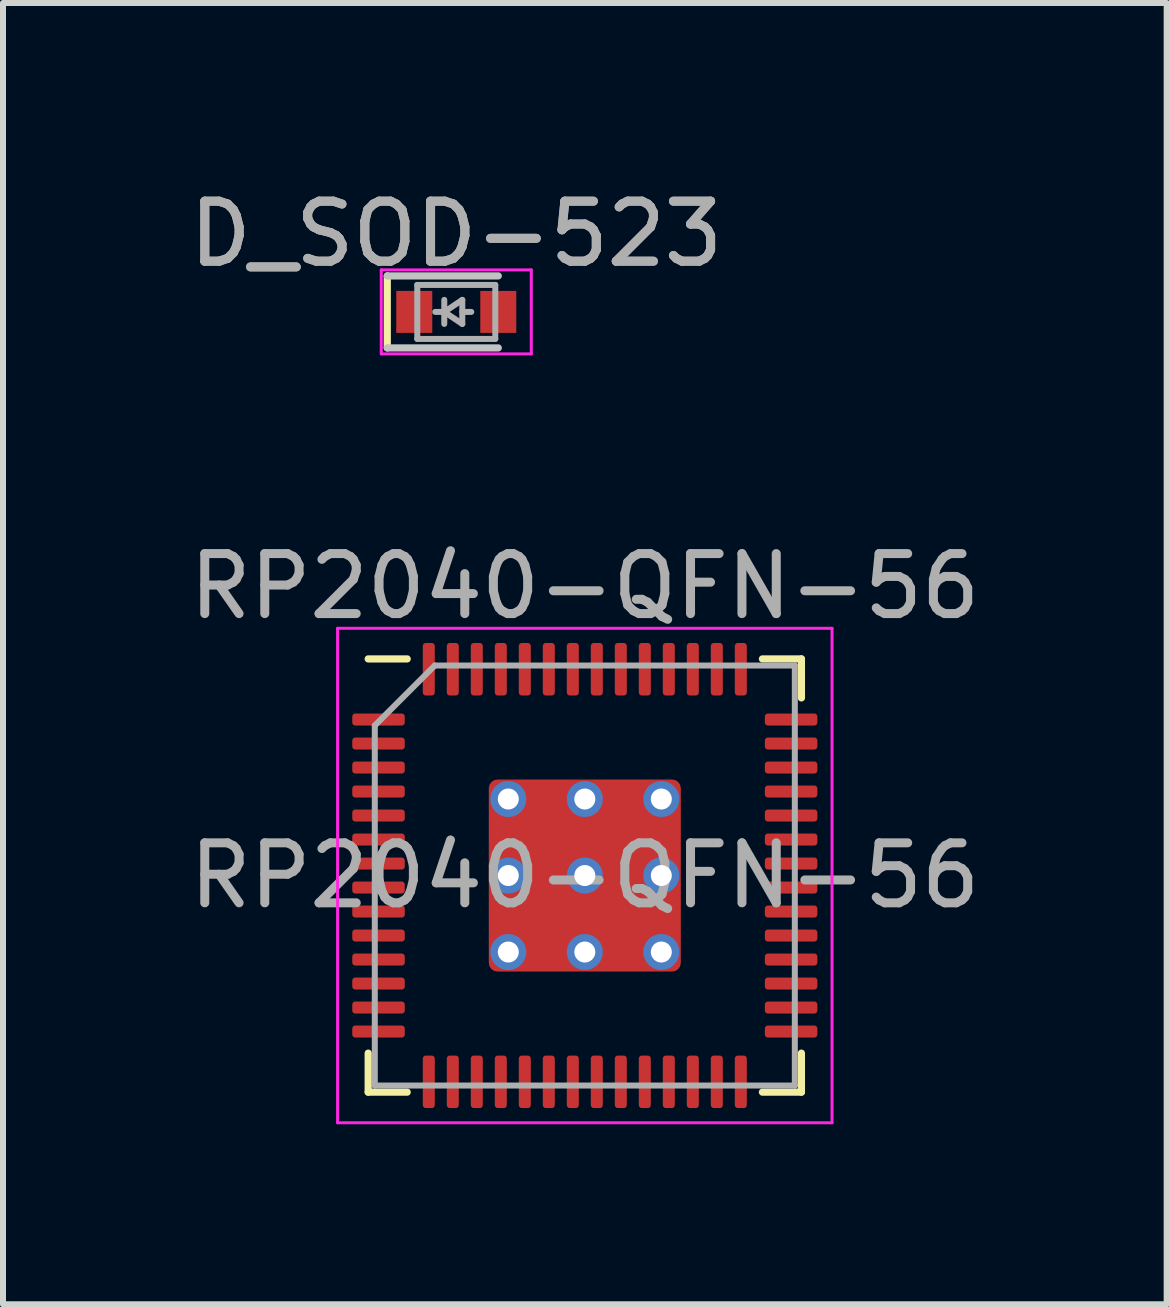
<source format=kicad_pcb>
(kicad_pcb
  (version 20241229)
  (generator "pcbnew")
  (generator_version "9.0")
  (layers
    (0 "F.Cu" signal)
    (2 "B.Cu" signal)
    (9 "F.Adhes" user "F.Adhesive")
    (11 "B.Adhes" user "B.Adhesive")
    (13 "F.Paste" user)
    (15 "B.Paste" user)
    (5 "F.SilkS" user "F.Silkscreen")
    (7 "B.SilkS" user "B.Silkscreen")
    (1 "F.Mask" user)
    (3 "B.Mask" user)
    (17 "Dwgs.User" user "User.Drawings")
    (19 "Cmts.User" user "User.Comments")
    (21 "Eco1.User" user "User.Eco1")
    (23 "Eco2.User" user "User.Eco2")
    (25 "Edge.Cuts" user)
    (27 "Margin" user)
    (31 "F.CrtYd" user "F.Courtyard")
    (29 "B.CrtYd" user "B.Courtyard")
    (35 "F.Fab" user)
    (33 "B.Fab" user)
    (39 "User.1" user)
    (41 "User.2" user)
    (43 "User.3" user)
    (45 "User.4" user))
  (footprint "D_SOD-523"
    (layer "F.Cu")
    (at 4.554 2.148)
    (property "Reference" "D_SOD-523" (at 0 -1.3 0) (layer "F.Fab") (effects (font (size 1 1) (thickness 0.15))))
    (attr smd)
    (fp_line (start -1.15 -0.6) (end -1.15 0.6) (stroke (width 0.12) (type solid)) (layer "F.SilkS"))
    (fp_line (start 0.7 -0.6) (end -1.15 -0.6) (stroke (width 0.12) (type solid)) (layer "Dwgs.User"))
    (fp_line (start 0.7 0.6) (end -1.15 0.6) (stroke (width 0.12) (type solid)) (layer "Dwgs.User"))
    (fp_line (start -1.25 -0.7) (end 1.25 -0.7) (stroke (width 0.05) (type solid)) (layer "F.CrtYd"))
    (fp_line (start -1.25 0.7) (end -1.25 -0.7) (stroke (width 0.05) (type solid)) (layer "F.CrtYd"))
    (fp_line (start 1.25 -0.7) (end 1.25 0.7) (stroke (width 0.05) (type solid)) (layer "F.CrtYd"))
    (fp_line (start 1.25 0.7) (end -1.25 0.7) (stroke (width 0.05) (type solid)) (layer "F.CrtYd"))
    (fp_line (start -0.65 -0.45) (end 0.65 -0.45) (stroke (width 0.1) (type solid)) (layer "F.Fab"))
    (fp_line (start -0.65 0.45) (end -0.65 -0.45) (stroke (width 0.1) (type solid)) (layer "F.Fab"))
    (fp_line (start -0.2 0) (end -0.35 0) (stroke (width 0.1) (type solid)) (layer "F.Fab"))
    (fp_line (start -0.2 0) (end 0.1 0.2) (stroke (width 0.1) (type solid)) (layer "F.Fab"))
    (fp_line (start -0.2 0.2) (end -0.2 -0.2) (stroke (width 0.1) (type solid)) (layer "F.Fab"))
    (fp_line (start 0.1 -0.2) (end -0.2 0) (stroke (width 0.1) (type solid)) (layer "F.Fab"))
    (fp_line (start 0.1 0) (end 0.25 0) (stroke (width 0.1) (type solid)) (layer "F.Fab"))
    (fp_line (start 0.1 0.2) (end 0.1 -0.2) (stroke (width 0.1) (type solid)) (layer "F.Fab"))
    (fp_line (start 0.65 -0.45) (end 0.65 0.45) (stroke (width 0.1) (type solid)) (layer "F.Fab"))
    (fp_line (start 0.65 0.45) (end -0.65 0.45) (stroke (width 0.1) (type solid)) (layer "F.Fab"))
    (fp_text user "${REFERENCE}" (at 0 -1.3 0) (layer "F.Fab") (effects (font (size 1 1) (thickness 0.15))))
    (pad "1" smd rect (at -0.7 0 180) (size 0.6 0.7) (layers "F.Cu" "F.Mask" "F.Paste"))
    (pad "2" smd rect (at 0.7 0 180) (size 0.6 0.7) (layers "F.Cu" "F.Mask" "F.Paste")))
  (footprint "RP2040-QFN-56"
    (layer "F.Cu")
    (at 6.696 11.541)
    (property "Reference" "RP2040-QFN-56" (at 0 -4.82 0) (layer "F.Fab") (effects (font (size 1 1) (thickness 0.15))))
    (attr smd)
    (fp_line (start -3.61 3.61) (end -3.61 2.96) (stroke (width 0.12) (type solid)) (layer "F.SilkS"))
    (fp_line (start -2.96 -3.61) (end -3.61 -3.61) (stroke (width 0.12) (type solid)) (layer "F.SilkS"))
    (fp_line (start -2.96 3.61) (end -3.61 3.61) (stroke (width 0.12) (type solid)) (layer "F.SilkS"))
    (fp_line (start 2.96 -3.61) (end 3.61 -3.61) (stroke (width 0.12) (type solid)) (layer "F.SilkS"))
    (fp_line (start 2.96 3.61) (end 3.61 3.61) (stroke (width 0.12) (type solid)) (layer "F.SilkS"))
    (fp_line (start 3.61 -3.61) (end 3.61 -2.96) (stroke (width 0.12) (type solid)) (layer "F.SilkS"))
    (fp_line (start 3.61 3.61) (end 3.61 2.96) (stroke (width 0.12) (type solid)) (layer "F.SilkS"))
    (fp_line (start -4.12 -4.12) (end -4.12 4.12) (stroke (width 0.05) (type solid)) (layer "F.CrtYd"))
    (fp_line (start -4.12 4.12) (end 4.12 4.12) (stroke (width 0.05) (type solid)) (layer "F.CrtYd"))
    (fp_line (start 4.12 -4.12) (end -4.12 -4.12) (stroke (width 0.05) (type solid)) (layer "F.CrtYd"))
    (fp_line (start 4.12 4.12) (end 4.12 -4.12) (stroke (width 0.05) (type solid)) (layer "F.CrtYd"))
    (fp_line (start -3.5 -2.5) (end -2.5 -3.5) (stroke (width 0.1) (type solid)) (layer "F.Fab"))
    (fp_line (start -3.5 3.5) (end -3.5 -2.5) (stroke (width 0.1) (type solid)) (layer "F.Fab"))
    (fp_line (start -2.5 -3.5) (end 3.5 -3.5) (stroke (width 0.1) (type solid)) (layer "F.Fab"))
    (fp_line (start 3.5 -3.5) (end 3.5 3.5) (stroke (width 0.1) (type solid)) (layer "F.Fab"))
    (fp_line (start 3.5 3.5) (end -3.5 3.5) (stroke (width 0.1) (type solid)) (layer "F.Fab"))
    (fp_text user "${REFERENCE}" (at 0 0 0) (layer "F.Fab") (effects (font (size 1 1) (thickness 0.15))))
    (pad "" smd roundrect (at -0.637 -0.637) (size 1.084 1.084) (layers "F.Paste") (roundrect_rratio 0.231))
    (pad "" smd roundrect (at -0.637 0.637) (size 1.084 1.084) (layers "F.Paste") (roundrect_rratio 0.231))
    (pad "" smd roundrect (at 0.637 -0.637) (size 1.084 1.084) (layers "F.Paste") (roundrect_rratio 0.231))
    (pad "" smd roundrect (at 0.637 0.637) (size 1.084 1.084) (layers "F.Paste") (roundrect_rratio 0.231))
    (pad "1" smd roundrect (at -3.438 -2.6) (size 0.875 0.2) (layers "F.Cu" "F.Mask" "F.Paste") (roundrect_rratio 0.25))
    (pad "2" smd roundrect (at -3.438 -2.2) (size 0.875 0.2) (layers "F.Cu" "F.Mask" "F.Paste") (roundrect_rratio 0.25))
    (pad "3" smd roundrect (at -3.438 -1.8) (size 0.875 0.2) (layers "F.Cu" "F.Mask" "F.Paste") (roundrect_rratio 0.25))
    (pad "4" smd roundrect (at -3.438 -1.4) (size 0.875 0.2) (layers "F.Cu" "F.Mask" "F.Paste") (roundrect_rratio 0.25))
    (pad "5" smd roundrect (at -3.438 -1) (size 0.875 0.2) (layers "F.Cu" "F.Mask" "F.Paste") (roundrect_rratio 0.25))
    (pad "6" smd roundrect (at -3.438 -0.6) (size 0.875 0.2) (layers "F.Cu" "F.Mask" "F.Paste") (roundrect_rratio 0.25))
    (pad "7" smd roundrect (at -3.438 -0.2) (size 0.875 0.2) (layers "F.Cu" "F.Mask" "F.Paste") (roundrect_rratio 0.25))
    (pad "8" smd roundrect (at -3.438 0.2) (size 0.875 0.2) (layers "F.Cu" "F.Mask" "F.Paste") (roundrect_rratio 0.25))
    (pad "9" smd roundrect (at -3.438 0.6) (size 0.875 0.2) (layers "F.Cu" "F.Mask" "F.Paste") (roundrect_rratio 0.25))
    (pad "10" smd roundrect (at -3.438 1) (size 0.875 0.2) (layers "F.Cu" "F.Mask" "F.Paste") (roundrect_rratio 0.25))
    (pad "11" smd roundrect (at -3.438 1.4) (size 0.875 0.2) (layers "F.Cu" "F.Mask" "F.Paste") (roundrect_rratio 0.25))
    (pad "12" smd roundrect (at -3.438 1.8) (size 0.875 0.2) (layers "F.Cu" "F.Mask" "F.Paste") (roundrect_rratio 0.25))
    (pad "13" smd roundrect (at -3.438 2.2) (size 0.875 0.2) (layers "F.Cu" "F.Mask" "F.Paste") (roundrect_rratio 0.25))
    (pad "14" smd roundrect (at -3.438 2.6) (size 0.875 0.2) (layers "F.Cu" "F.Mask" "F.Paste") (roundrect_rratio 0.25))
    (pad "15" smd roundrect (at -2.6 3.438) (size 0.2 0.875) (layers "F.Cu" "F.Mask" "F.Paste") (roundrect_rratio 0.25))
    (pad "16" smd roundrect (at -2.2 3.438) (size 0.2 0.875) (layers "F.Cu" "F.Mask" "F.Paste") (roundrect_rratio 0.25))
    (pad "17" smd roundrect (at -1.8 3.438) (size 0.2 0.875) (layers "F.Cu" "F.Mask" "F.Paste") (roundrect_rratio 0.25))
    (pad "18" smd roundrect (at -1.4 3.438) (size 0.2 0.875) (layers "F.Cu" "F.Mask" "F.Paste") (roundrect_rratio 0.25))
    (pad "19" smd roundrect (at -1 3.438) (size 0.2 0.875) (layers "F.Cu" "F.Mask" "F.Paste") (roundrect_rratio 0.25))
    (pad "20" smd roundrect (at -0.6 3.438) (size 0.2 0.875) (layers "F.Cu" "F.Mask" "F.Paste") (roundrect_rratio 0.25))
    (pad "21" smd roundrect (at -0.2 3.438) (size 0.2 0.875) (layers "F.Cu" "F.Mask" "F.Paste") (roundrect_rratio 0.25))
    (pad "22" smd roundrect (at 0.2 3.438) (size 0.2 0.875) (layers "F.Cu" "F.Mask" "F.Paste") (roundrect_rratio 0.25))
    (pad "23" smd roundrect (at 0.6 3.438) (size 0.2 0.875) (layers "F.Cu" "F.Mask" "F.Paste") (roundrect_rratio 0.25))
    (pad "24" smd roundrect (at 1 3.438) (size 0.2 0.875) (layers "F.Cu" "F.Mask" "F.Paste") (roundrect_rratio 0.25))
    (pad "25" smd roundrect (at 1.4 3.438) (size 0.2 0.875) (layers "F.Cu" "F.Mask" "F.Paste") (roundrect_rratio 0.25))
    (pad "26" smd roundrect (at 1.8 3.438) (size 0.2 0.875) (layers "F.Cu" "F.Mask" "F.Paste") (roundrect_rratio 0.25))
    (pad "27" smd roundrect (at 2.2 3.438) (size 0.2 0.875) (layers "F.Cu" "F.Mask" "F.Paste") (roundrect_rratio 0.25))
    (pad "28" smd roundrect (at 2.6 3.438) (size 0.2 0.875) (layers "F.Cu" "F.Mask" "F.Paste") (roundrect_rratio 0.25))
    (pad "29" smd roundrect (at 3.438 2.6) (size 0.875 0.2) (layers "F.Cu" "F.Mask" "F.Paste") (roundrect_rratio 0.25))
    (pad "30" smd roundrect (at 3.438 2.2) (size 0.875 0.2) (layers "F.Cu" "F.Mask" "F.Paste") (roundrect_rratio 0.25))
    (pad "31" smd roundrect (at 3.438 1.8) (size 0.875 0.2) (layers "F.Cu" "F.Mask" "F.Paste") (roundrect_rratio 0.25))
    (pad "32" smd roundrect (at 3.438 1.4) (size 0.875 0.2) (layers "F.Cu" "F.Mask" "F.Paste") (roundrect_rratio 0.25))
    (pad "33" smd roundrect (at 3.438 1) (size 0.875 0.2) (layers "F.Cu" "F.Mask" "F.Paste") (roundrect_rratio 0.25))
    (pad "34" smd roundrect (at 3.438 0.6) (size 0.875 0.2) (layers "F.Cu" "F.Mask" "F.Paste") (roundrect_rratio 0.25))
    (pad "35" smd roundrect (at 3.438 0.2) (size 0.875 0.2) (layers "F.Cu" "F.Mask" "F.Paste") (roundrect_rratio 0.25))
    (pad "36" smd roundrect (at 3.438 -0.2) (size 0.875 0.2) (layers "F.Cu" "F.Mask" "F.Paste") (roundrect_rratio 0.25))
    (pad "37" smd roundrect (at 3.438 -0.6) (size 0.875 0.2) (layers "F.Cu" "F.Mask" "F.Paste") (roundrect_rratio 0.25))
    (pad "38" smd roundrect (at 3.438 -1) (size 0.875 0.2) (layers "F.Cu" "F.Mask" "F.Paste") (roundrect_rratio 0.25))
    (pad "39" smd roundrect (at 3.438 -1.4) (size 0.875 0.2) (layers "F.Cu" "F.Mask" "F.Paste") (roundrect_rratio 0.25))
    (pad "40" smd roundrect (at 3.438 -1.8) (size 0.875 0.2) (layers "F.Cu" "F.Mask" "F.Paste") (roundrect_rratio 0.25))
    (pad "41" smd roundrect (at 3.438 -2.2) (size 0.875 0.2) (layers "F.Cu" "F.Mask" "F.Paste") (roundrect_rratio 0.25))
    (pad "42" smd roundrect (at 3.438 -2.6) (size 0.875 0.2) (layers "F.Cu" "F.Mask" "F.Paste") (roundrect_rratio 0.25))
    (pad "43" smd roundrect (at 2.6 -3.438) (size 0.2 0.875) (layers "F.Cu" "F.Mask" "F.Paste") (roundrect_rratio 0.25))
    (pad "44" smd roundrect (at 2.2 -3.438) (size 0.2 0.875) (layers "F.Cu" "F.Mask" "F.Paste") (roundrect_rratio 0.25))
    (pad "45" smd roundrect (at 1.8 -3.438) (size 0.2 0.875) (layers "F.Cu" "F.Mask" "F.Paste") (roundrect_rratio 0.25))
    (pad "46" smd roundrect (at 1.4 -3.438) (size 0.2 0.875) (layers "F.Cu" "F.Mask" "F.Paste") (roundrect_rratio 0.25))
    (pad "47" smd roundrect (at 1 -3.438) (size 0.2 0.875) (layers "F.Cu" "F.Mask" "F.Paste") (roundrect_rratio 0.25))
    (pad "48" smd roundrect (at 0.6 -3.438) (size 0.2 0.875) (layers "F.Cu" "F.Mask" "F.Paste") (roundrect_rratio 0.25))
    (pad "49" smd roundrect (at 0.2 -3.438) (size 0.2 0.875) (layers "F.Cu" "F.Mask" "F.Paste") (roundrect_rratio 0.25))
    (pad "50" smd roundrect (at -0.2 -3.438) (size 0.2 0.875) (layers "F.Cu" "F.Mask" "F.Paste") (roundrect_rratio 0.25))
    (pad "51" smd roundrect (at -0.6 -3.438) (size 0.2 0.875) (layers "F.Cu" "F.Mask" "F.Paste") (roundrect_rratio 0.25))
    (pad "52" smd roundrect (at -1 -3.438) (size 0.2 0.875) (layers "F.Cu" "F.Mask" "F.Paste") (roundrect_rratio 0.25))
    (pad "53" smd roundrect (at -1.4 -3.438) (size 0.2 0.875) (layers "F.Cu" "F.Mask" "F.Paste") (roundrect_rratio 0.25))
    (pad "54" smd roundrect (at -1.8 -3.438) (size 0.2 0.875) (layers "F.Cu" "F.Mask" "F.Paste") (roundrect_rratio 0.25))
    (pad "55" smd roundrect (at -2.2 -3.438) (size 0.2 0.875) (layers "F.Cu" "F.Mask" "F.Paste") (roundrect_rratio 0.25))
    (pad "56" smd roundrect (at -2.6 -3.438) (size 0.2 0.875) (layers "F.Cu" "F.Mask" "F.Paste") (roundrect_rratio 0.25))
    (pad "57" thru_hole circle (at -1.275 -1.275) (size 0.6 0.6) (drill 0.35) (layers "*.Cu"))
    (pad "57" thru_hole circle (at -1.275 0) (size 0.6 0.6) (drill 0.35) (layers "*.Cu"))
    (pad "57" thru_hole circle (at -1.275 1.275) (size 0.6 0.6) (drill 0.35) (layers "*.Cu"))
    (pad "57" thru_hole circle (at 0 -1.275) (size 0.6 0.6) (drill 0.35) (layers "*.Cu"))
    (pad "57" thru_hole circle (at 0 0) (size 0.6 0.6) (drill 0.35) (layers "*.Cu"))
    (pad "57" smd roundrect (at 0 0) (size 3.2 3.2) (layers "F.Cu" "F.Mask") (roundrect_rratio 0.045))
    (pad "57" thru_hole circle (at 0 1.275) (size 0.6 0.6) (drill 0.35) (layers "*.Cu"))
    (pad "57" thru_hole circle (at 1.275 -1.275) (size 0.6 0.6) (drill 0.35) (layers "*.Cu"))
    (pad "57" thru_hole circle (at 1.275 0) (size 0.6 0.6) (drill 0.35) (layers "*.Cu"))
    (pad "57" thru_hole circle (at 1.275 1.275) (size 0.6 0.6) (drill 0.35) (layers "*.Cu")))
  (gr_rect
    (start -3 -3)
    (end 16.393 18.686)
    (stroke (width 0.1) (type default))
    (fill no)
    (layer "Edge.Cuts")))
</source>
